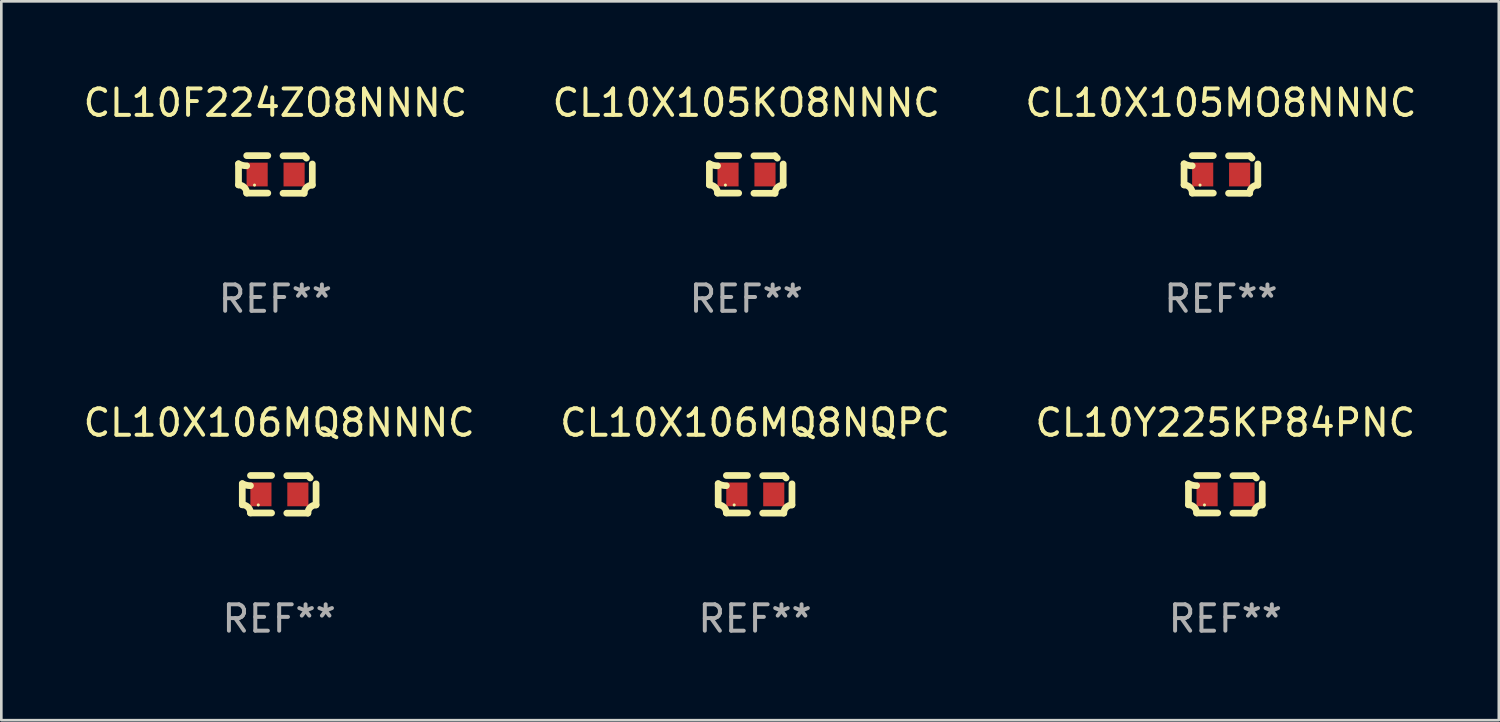
<source format=kicad_pcb>
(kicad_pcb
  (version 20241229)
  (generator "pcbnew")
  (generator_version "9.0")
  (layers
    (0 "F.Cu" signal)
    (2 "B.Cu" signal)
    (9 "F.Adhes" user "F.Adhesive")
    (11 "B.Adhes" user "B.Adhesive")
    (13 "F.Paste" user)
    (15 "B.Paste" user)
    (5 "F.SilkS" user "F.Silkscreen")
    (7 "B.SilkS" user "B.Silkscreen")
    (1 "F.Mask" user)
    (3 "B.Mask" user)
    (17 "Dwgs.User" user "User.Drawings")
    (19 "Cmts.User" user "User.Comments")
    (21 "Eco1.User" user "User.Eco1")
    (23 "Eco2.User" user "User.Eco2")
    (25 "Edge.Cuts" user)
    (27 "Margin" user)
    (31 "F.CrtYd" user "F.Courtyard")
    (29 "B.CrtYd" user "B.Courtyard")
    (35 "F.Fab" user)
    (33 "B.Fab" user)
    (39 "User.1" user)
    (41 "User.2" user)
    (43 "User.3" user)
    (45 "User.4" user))
  (footprint "CL10F224ZO8NNNC"
    (layer "F.Cu")
    (at 7.387 3.561)
    (property "Reference" "CL10F224ZO8NNNC" (at 0 -2.713 0) (layer "F.SilkS") (effects (font (size 1 1) (thickness 0.15))))
    (attr through_hole)
    (fp_line (start -1.398 -0.403) (end -1.398 0.397) (stroke (width 0.254) (type solid)) (layer "F.SilkS"))
    (fp_line (start -0.288 -0.713) (end -1.088 -0.713) (stroke (width 0.254) (type solid)) (layer "F.SilkS"))
    (fp_line (start -0.288 0.707) (end -1.088 0.707) (stroke (width 0.254) (type solid)) (layer "F.SilkS"))
    (fp_line (start 0.288 -0.707) (end 1.088 -0.707) (stroke (width 0.254) (type solid)) (layer "F.SilkS"))
    (fp_line (start 0.288 0.713) (end 1.088 0.713) (stroke (width 0.254) (type solid)) (layer "F.SilkS"))
    (fp_line (start 1.398 -0.397) (end 1.398 0.403) (stroke (width 0.254) (type solid)) (layer "F.SilkS"))
    (fp_arc (start -1.397789 0.397066) (mid -1.178701 0.487826) (end -1.08796 0.706922) (stroke (width 0.254001) (type solid)) (layer "F.SilkS"))
    (fp_arc (start -1.08796 -0.327176) (mid -1.247436 -0.346384) (end -1.39779 -0.402908) (stroke (width 0.254001) (type solid)) (layer "F.SilkS"))
    (fp_arc (start 1.087909 0.712738) (mid 1.178656 0.493655) (end 1.397739 0.402908) (stroke (width 0.254001) (type solid)) (layer "F.SilkS"))
    (fp_arc (start 1.175925 -0.618926) (mid 1.131917 -0.662923) (end 1.08791 -0.706922) (stroke (width 0.254001) (type solid)) (layer "F.SilkS"))
    (fp_circle (center -0.792 0.403) (end -0.762 0.403) (stroke (width 0.06) (type solid)) (fill no) (layer "F.SilkS"))
    (fp_text user "REF**" (at 0 4.713 0) (layer "F.Fab") (effects (font (size 1 1) (thickness 0.15))))
    (pad "1" smd rect (at -0.692 0.003) (size 0.8 0.9) (layers "F.Cu" "F.Mask" "F.Paste"))
    (pad "2" smd rect (at 0.708 0.003) (size 0.8 0.9) (layers "F.Cu" "F.Mask" "F.Paste")))
  (footprint "CL10X106MQ8NQPC"
    (layer "F.Cu")
    (at 25.565 15.683)
    (property "Reference" "CL10X106MQ8NQPC" (at 0 -2.713 0) (layer "F.SilkS") (effects (font (size 1 1) (thickness 0.15))))
    (attr through_hole)
    (fp_line (start -1.398 -0.403) (end -1.398 0.397) (stroke (width 0.254) (type solid)) (layer "F.SilkS"))
    (fp_line (start -0.288 -0.713) (end -1.088 -0.713) (stroke (width 0.254) (type solid)) (layer "F.SilkS"))
    (fp_line (start -0.288 0.707) (end -1.088 0.707) (stroke (width 0.254) (type solid)) (layer "F.SilkS"))
    (fp_line (start 0.288 -0.707) (end 1.088 -0.707) (stroke (width 0.254) (type solid)) (layer "F.SilkS"))
    (fp_line (start 0.288 0.713) (end 1.088 0.713) (stroke (width 0.254) (type solid)) (layer "F.SilkS"))
    (fp_line (start 1.398 -0.397) (end 1.398 0.403) (stroke (width 0.254) (type solid)) (layer "F.SilkS"))
    (fp_arc (start -1.397789 0.397066) (mid -1.178701 0.487826) (end -1.08796 0.706922) (stroke (width 0.254001) (type solid)) (layer "F.SilkS"))
    (fp_arc (start -1.08796 -0.327176) (mid -1.247436 -0.346384) (end -1.39779 -0.402908) (stroke (width 0.254001) (type solid)) (layer "F.SilkS"))
    (fp_arc (start 1.087909 0.712738) (mid 1.178656 0.493655) (end 1.397739 0.402908) (stroke (width 0.254001) (type solid)) (layer "F.SilkS"))
    (fp_arc (start 1.175925 -0.618926) (mid 1.131917 -0.662923) (end 1.08791 -0.706922) (stroke (width 0.254001) (type solid)) (layer "F.SilkS"))
    (fp_circle (center -0.792 0.403) (end -0.762 0.403) (stroke (width 0.06) (type solid)) (fill no) (layer "F.SilkS"))
    (fp_text user "REF**" (at 0 4.713 0) (layer "F.Fab") (effects (font (size 1 1) (thickness 0.15))))
    (pad "1" smd rect (at -0.692 0.003) (size 0.8 0.9) (layers "F.Cu" "F.Mask" "F.Paste"))
    (pad "2" smd rect (at 0.708 0.003) (size 0.8 0.9) (layers "F.Cu" "F.Mask" "F.Paste")))
  (footprint "CL10X106MQ8NNNC"
    (layer "F.Cu")
    (at 7.53 15.683)
    (property "Reference" "CL10X106MQ8NNNC" (at 0 -2.713 0) (layer "F.SilkS") (effects (font (size 1 1) (thickness 0.15))))
    (attr through_hole)
    (fp_line (start -1.398 -0.403) (end -1.398 0.397) (stroke (width 0.254) (type solid)) (layer "F.SilkS"))
    (fp_line (start -0.288 -0.713) (end -1.088 -0.713) (stroke (width 0.254) (type solid)) (layer "F.SilkS"))
    (fp_line (start -0.288 0.707) (end -1.088 0.707) (stroke (width 0.254) (type solid)) (layer "F.SilkS"))
    (fp_line (start 0.288 -0.707) (end 1.088 -0.707) (stroke (width 0.254) (type solid)) (layer "F.SilkS"))
    (fp_line (start 0.288 0.713) (end 1.088 0.713) (stroke (width 0.254) (type solid)) (layer "F.SilkS"))
    (fp_line (start 1.398 -0.397) (end 1.398 0.403) (stroke (width 0.254) (type solid)) (layer "F.SilkS"))
    (fp_arc (start -1.397789 0.397066) (mid -1.178701 0.487826) (end -1.08796 0.706922) (stroke (width 0.254001) (type solid)) (layer "F.SilkS"))
    (fp_arc (start -1.08796 -0.327176) (mid -1.247436 -0.346384) (end -1.39779 -0.402908) (stroke (width 0.254001) (type solid)) (layer "F.SilkS"))
    (fp_arc (start 1.087909 0.712738) (mid 1.178656 0.493655) (end 1.397739 0.402908) (stroke (width 0.254001) (type solid)) (layer "F.SilkS"))
    (fp_arc (start 1.175925 -0.618926) (mid 1.131917 -0.662923) (end 1.08791 -0.706922) (stroke (width 0.254001) (type solid)) (layer "F.SilkS"))
    (fp_circle (center -0.792 0.403) (end -0.762 0.403) (stroke (width 0.06) (type solid)) (fill no) (layer "F.SilkS"))
    (fp_text user "REF**" (at 0 4.713 0) (layer "F.Fab") (effects (font (size 1 1) (thickness 0.15))))
    (pad "1" smd rect (at -0.692 0.003) (size 0.8 0.9) (layers "F.Cu" "F.Mask" "F.Paste"))
    (pad "2" smd rect (at 0.708 0.003) (size 0.8 0.9) (layers "F.Cu" "F.Mask" "F.Paste")))
  (footprint "CL10Y225KP84PNC"
    (layer "F.Cu")
    (at 43.387 15.683)
    (property "Reference" "CL10Y225KP84PNC" (at 0 -2.713 0) (layer "F.SilkS") (effects (font (size 1 1) (thickness 0.15))))
    (attr through_hole)
    (fp_line (start -1.398 -0.403) (end -1.398 0.397) (stroke (width 0.254) (type solid)) (layer "F.SilkS"))
    (fp_line (start -0.288 -0.713) (end -1.088 -0.713) (stroke (width 0.254) (type solid)) (layer "F.SilkS"))
    (fp_line (start -0.288 0.707) (end -1.088 0.707) (stroke (width 0.254) (type solid)) (layer "F.SilkS"))
    (fp_line (start 0.288 -0.707) (end 1.088 -0.707) (stroke (width 0.254) (type solid)) (layer "F.SilkS"))
    (fp_line (start 0.288 0.713) (end 1.088 0.713) (stroke (width 0.254) (type solid)) (layer "F.SilkS"))
    (fp_line (start 1.398 -0.397) (end 1.398 0.403) (stroke (width 0.254) (type solid)) (layer "F.SilkS"))
    (fp_arc (start -1.397789 0.397066) (mid -1.178701 0.487826) (end -1.08796 0.706922) (stroke (width 0.254001) (type solid)) (layer "F.SilkS"))
    (fp_arc (start -1.08796 -0.327176) (mid -1.247436 -0.346384) (end -1.39779 -0.402908) (stroke (width 0.254001) (type solid)) (layer "F.SilkS"))
    (fp_arc (start 1.087909 0.712738) (mid 1.178656 0.493655) (end 1.397739 0.402908) (stroke (width 0.254001) (type solid)) (layer "F.SilkS"))
    (fp_arc (start 1.175925 -0.618926) (mid 1.131917 -0.662923) (end 1.08791 -0.706922) (stroke (width 0.254001) (type solid)) (layer "F.SilkS"))
    (fp_circle (center -0.792 0.403) (end -0.762 0.403) (stroke (width 0.06) (type solid)) (fill no) (layer "F.SilkS"))
    (fp_text user "REF**" (at 0 4.713 0) (layer "F.Fab") (effects (font (size 1 1) (thickness 0.15))))
    (pad "1" smd rect (at -0.692 0.003) (size 0.8 0.9) (layers "F.Cu" "F.Mask" "F.Paste"))
    (pad "2" smd rect (at 0.708 0.003) (size 0.8 0.9) (layers "F.Cu" "F.Mask" "F.Paste")))
  (footprint "CL10X105KO8NNNC"
    (layer "F.Cu")
    (at 25.232 3.561)
    (property "Reference" "CL10X105KO8NNNC" (at 0 -2.713 0) (layer "F.SilkS") (effects (font (size 1 1) (thickness 0.15))))
    (attr through_hole)
    (fp_line (start -1.398 -0.403) (end -1.398 0.397) (stroke (width 0.254) (type solid)) (layer "F.SilkS"))
    (fp_line (start -0.288 -0.713) (end -1.088 -0.713) (stroke (width 0.254) (type solid)) (layer "F.SilkS"))
    (fp_line (start -0.288 0.707) (end -1.088 0.707) (stroke (width 0.254) (type solid)) (layer "F.SilkS"))
    (fp_line (start 0.288 -0.707) (end 1.088 -0.707) (stroke (width 0.254) (type solid)) (layer "F.SilkS"))
    (fp_line (start 0.288 0.713) (end 1.088 0.713) (stroke (width 0.254) (type solid)) (layer "F.SilkS"))
    (fp_line (start 1.398 -0.397) (end 1.398 0.403) (stroke (width 0.254) (type solid)) (layer "F.SilkS"))
    (fp_arc (start -1.397789 0.397066) (mid -1.178701 0.487826) (end -1.08796 0.706922) (stroke (width 0.254001) (type solid)) (layer "F.SilkS"))
    (fp_arc (start -1.08796 -0.327176) (mid -1.247436 -0.346384) (end -1.39779 -0.402908) (stroke (width 0.254001) (type solid)) (layer "F.SilkS"))
    (fp_arc (start 1.087909 0.712738) (mid 1.178656 0.493655) (end 1.397739 0.402908) (stroke (width 0.254001) (type solid)) (layer "F.SilkS"))
    (fp_arc (start 1.175925 -0.618926) (mid 1.131917 -0.662923) (end 1.08791 -0.706922) (stroke (width 0.254001) (type solid)) (layer "F.SilkS"))
    (fp_circle (center -0.792 0.403) (end -0.762 0.403) (stroke (width 0.06) (type solid)) (fill no) (layer "F.SilkS"))
    (fp_text user "REF**" (at 0 4.713 0) (layer "F.Fab") (effects (font (size 1 1) (thickness 0.15))))
    (pad "1" smd rect (at -0.692 0.003) (size 0.8 0.9) (layers "F.Cu" "F.Mask" "F.Paste"))
    (pad "2" smd rect (at 0.708 0.003) (size 0.8 0.9) (layers "F.Cu" "F.Mask" "F.Paste")))
  (footprint "CL10X105MO8NNNC"
    (layer "F.Cu")
    (at 43.22 3.561)
    (property "Reference" "CL10X105MO8NNNC" (at 0 -2.713 0) (layer "F.SilkS") (effects (font (size 1 1) (thickness 0.15))))
    (attr through_hole)
    (fp_line (start -1.398 -0.403) (end -1.398 0.397) (stroke (width 0.254) (type solid)) (layer "F.SilkS"))
    (fp_line (start -0.288 -0.713) (end -1.088 -0.713) (stroke (width 0.254) (type solid)) (layer "F.SilkS"))
    (fp_line (start -0.288 0.707) (end -1.088 0.707) (stroke (width 0.254) (type solid)) (layer "F.SilkS"))
    (fp_line (start 0.288 -0.707) (end 1.088 -0.707) (stroke (width 0.254) (type solid)) (layer "F.SilkS"))
    (fp_line (start 0.288 0.713) (end 1.088 0.713) (stroke (width 0.254) (type solid)) (layer "F.SilkS"))
    (fp_line (start 1.398 -0.397) (end 1.398 0.403) (stroke (width 0.254) (type solid)) (layer "F.SilkS"))
    (fp_arc (start -1.397789 0.397066) (mid -1.178701 0.487826) (end -1.08796 0.706922) (stroke (width 0.254001) (type solid)) (layer "F.SilkS"))
    (fp_arc (start -1.08796 -0.327176) (mid -1.247436 -0.346384) (end -1.39779 -0.402908) (stroke (width 0.254001) (type solid)) (layer "F.SilkS"))
    (fp_arc (start 1.087909 0.712738) (mid 1.178656 0.493655) (end 1.397739 0.402908) (stroke (width 0.254001) (type solid)) (layer "F.SilkS"))
    (fp_arc (start 1.175925 -0.618926) (mid 1.131917 -0.662923) (end 1.08791 -0.706922) (stroke (width 0.254001) (type solid)) (layer "F.SilkS"))
    (fp_circle (center -0.792 0.403) (end -0.762 0.403) (stroke (width 0.06) (type solid)) (fill no) (layer "F.SilkS"))
    (fp_text user "REF**" (at 0 4.713 0) (layer "F.Fab") (effects (font (size 1 1) (thickness 0.15))))
    (pad "1" smd rect (at -0.692 0.003) (size 0.8 0.9) (layers "F.Cu" "F.Mask" "F.Paste"))
    (pad "2" smd rect (at 0.708 0.003) (size 0.8 0.9) (layers "F.Cu" "F.Mask" "F.Paste")))
  (gr_rect
    (start -3 -3)
    (end 53.75 24.244)
    (stroke (width 0.1) (type default))
    (fill no)
    (layer "Edge.Cuts")))
</source>
